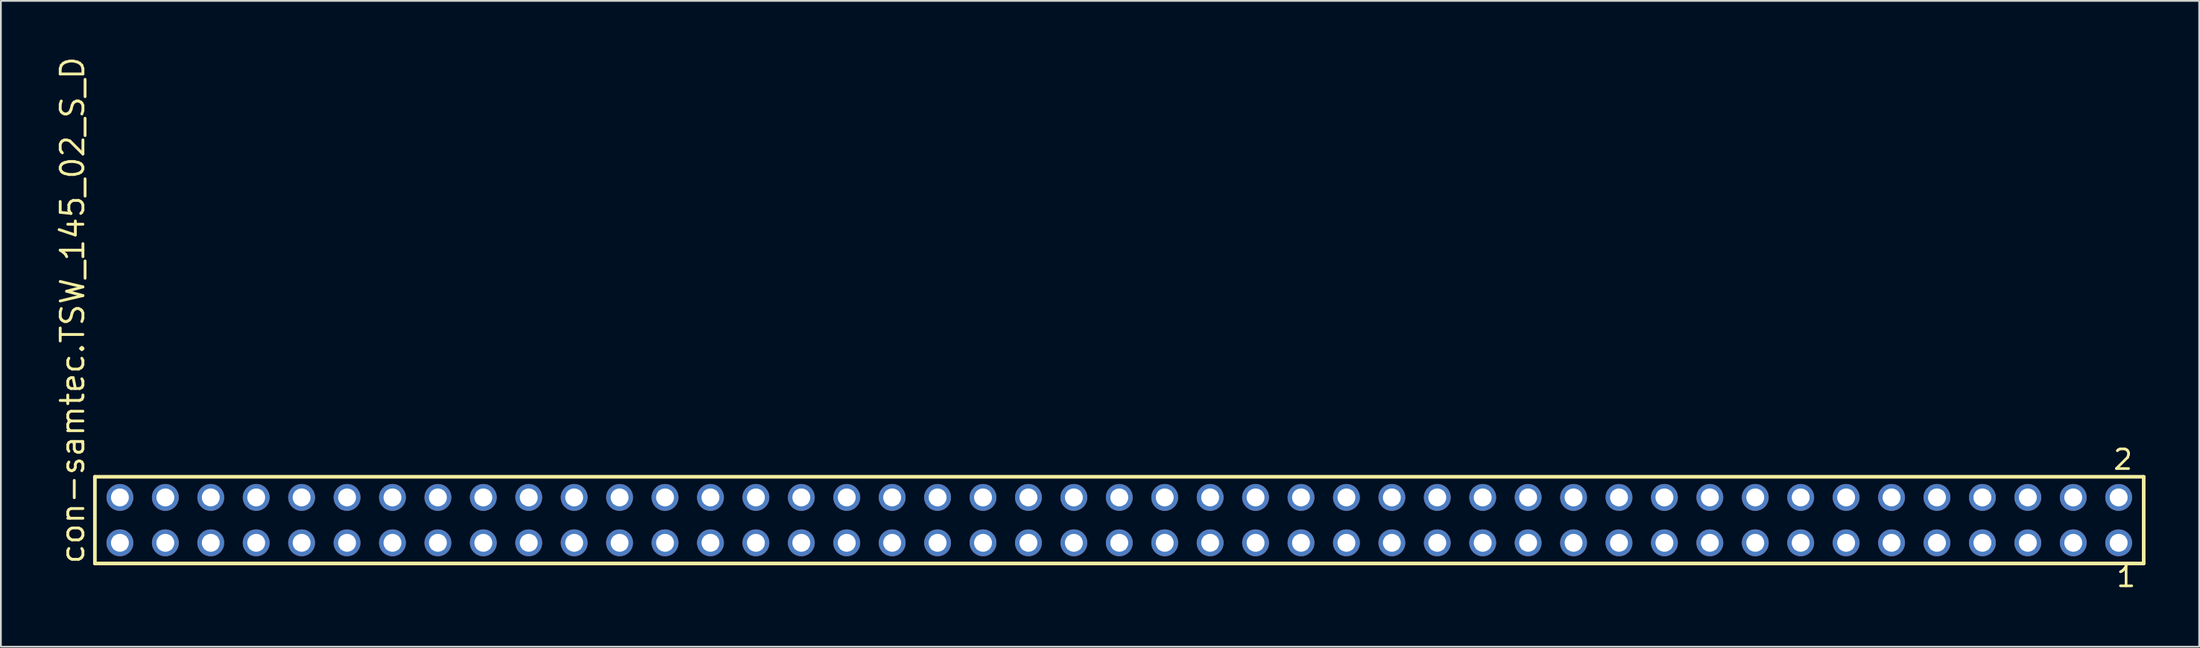
<source format=kicad_pcb>
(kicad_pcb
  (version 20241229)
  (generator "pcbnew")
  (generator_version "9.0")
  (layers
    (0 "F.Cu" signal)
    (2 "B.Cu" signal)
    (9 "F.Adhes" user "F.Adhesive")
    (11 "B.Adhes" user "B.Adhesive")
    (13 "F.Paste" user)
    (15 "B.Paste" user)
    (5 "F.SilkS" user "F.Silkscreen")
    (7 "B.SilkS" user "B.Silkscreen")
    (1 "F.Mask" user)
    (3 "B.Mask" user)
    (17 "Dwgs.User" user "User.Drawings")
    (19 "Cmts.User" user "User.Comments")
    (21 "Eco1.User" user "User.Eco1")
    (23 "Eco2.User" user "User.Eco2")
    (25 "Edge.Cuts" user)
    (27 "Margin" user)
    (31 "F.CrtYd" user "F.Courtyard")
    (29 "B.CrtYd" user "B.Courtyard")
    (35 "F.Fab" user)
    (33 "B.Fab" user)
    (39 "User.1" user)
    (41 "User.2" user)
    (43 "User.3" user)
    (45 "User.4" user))
  (footprint "con-samtec.TSW_145_02_S_D"
    (layer "F.Cu")
    (at 59.535 26.049)
    (property "Reference" "con-samtec.TSW_145_02_S_D" (at -57.785 2.54 90) (layer "F.SilkS") (effects (font (size 1.27 1.27) (thickness 0.16)) (justify left bottom)))
    (attr through_hole)
    (fp_line (start -57.279 -2.425) (end 57.279 -2.425) (stroke (width 0.203) (type default)) (layer "F.SilkS"))
    (fp_line (start -57.279 2.425) (end -57.279 -2.425) (stroke (width 0.203) (type default)) (layer "F.SilkS"))
    (fp_line (start 57.279 -2.425) (end 57.279 2.425) (stroke (width 0.203) (type default)) (layer "F.SilkS"))
    (fp_line (start 57.279 2.425) (end -57.279 2.425) (stroke (width 0.203) (type default)) (layer "F.SilkS"))
    (fp_rect (start -56.23 -0.92) (end -55.53 -1.62) (stroke (width 0.05) (type default)) (fill no) (layer "F.Fab"))
    (fp_rect (start -56.23 1.62) (end -55.53 0.92) (stroke (width 0.05) (type default)) (fill no) (layer "F.Fab"))
    (fp_rect (start -53.69 -0.92) (end -52.99 -1.62) (stroke (width 0.05) (type default)) (fill no) (layer "F.Fab"))
    (fp_rect (start -53.69 1.62) (end -52.99 0.92) (stroke (width 0.05) (type default)) (fill no) (layer "F.Fab"))
    (fp_rect (start -51.15 -0.92) (end -50.45 -1.62) (stroke (width 0.05) (type default)) (fill no) (layer "F.Fab"))
    (fp_rect (start -51.15 1.62) (end -50.45 0.92) (stroke (width 0.05) (type default)) (fill no) (layer "F.Fab"))
    (fp_rect (start -48.61 -0.92) (end -47.91 -1.62) (stroke (width 0.05) (type default)) (fill no) (layer "F.Fab"))
    (fp_rect (start -48.61 1.62) (end -47.91 0.92) (stroke (width 0.05) (type default)) (fill no) (layer "F.Fab"))
    (fp_rect (start -46.07 -0.92) (end -45.37 -1.62) (stroke (width 0.05) (type default)) (fill no) (layer "F.Fab"))
    (fp_rect (start -46.07 1.62) (end -45.37 0.92) (stroke (width 0.05) (type default)) (fill no) (layer "F.Fab"))
    (fp_rect (start -43.53 -0.92) (end -42.83 -1.62) (stroke (width 0.05) (type default)) (fill no) (layer "F.Fab"))
    (fp_rect (start -43.53 1.62) (end -42.83 0.92) (stroke (width 0.05) (type default)) (fill no) (layer "F.Fab"))
    (fp_rect (start -40.99 -0.92) (end -40.29 -1.62) (stroke (width 0.05) (type default)) (fill no) (layer "F.Fab"))
    (fp_rect (start -40.99 1.62) (end -40.29 0.92) (stroke (width 0.05) (type default)) (fill no) (layer "F.Fab"))
    (fp_rect (start -38.45 -0.92) (end -37.75 -1.62) (stroke (width 0.05) (type default)) (fill no) (layer "F.Fab"))
    (fp_rect (start -38.45 1.62) (end -37.75 0.92) (stroke (width 0.05) (type default)) (fill no) (layer "F.Fab"))
    (fp_rect (start -35.91 -0.92) (end -35.21 -1.62) (stroke (width 0.05) (type default)) (fill no) (layer "F.Fab"))
    (fp_rect (start -35.91 1.62) (end -35.21 0.92) (stroke (width 0.05) (type default)) (fill no) (layer "F.Fab"))
    (fp_rect (start -33.37 -0.92) (end -32.67 -1.62) (stroke (width 0.05) (type default)) (fill no) (layer "F.Fab"))
    (fp_rect (start -33.37 1.62) (end -32.67 0.92) (stroke (width 0.05) (type default)) (fill no) (layer "F.Fab"))
    (fp_rect (start -30.83 -0.92) (end -30.13 -1.62) (stroke (width 0.05) (type default)) (fill no) (layer "F.Fab"))
    (fp_rect (start -30.83 1.62) (end -30.13 0.92) (stroke (width 0.05) (type default)) (fill no) (layer "F.Fab"))
    (fp_rect (start -28.29 -0.92) (end -27.59 -1.62) (stroke (width 0.05) (type default)) (fill no) (layer "F.Fab"))
    (fp_rect (start -28.29 1.62) (end -27.59 0.92) (stroke (width 0.05) (type default)) (fill no) (layer "F.Fab"))
    (fp_rect (start -25.75 -0.92) (end -25.05 -1.62) (stroke (width 0.05) (type default)) (fill no) (layer "F.Fab"))
    (fp_rect (start -25.75 1.62) (end -25.05 0.92) (stroke (width 0.05) (type default)) (fill no) (layer "F.Fab"))
    (fp_rect (start -23.21 -0.92) (end -22.51 -1.62) (stroke (width 0.05) (type default)) (fill no) (layer "F.Fab"))
    (fp_rect (start -23.21 1.62) (end -22.51 0.92) (stroke (width 0.05) (type default)) (fill no) (layer "F.Fab"))
    (fp_rect (start -20.67 -0.92) (end -19.97 -1.62) (stroke (width 0.05) (type default)) (fill no) (layer "F.Fab"))
    (fp_rect (start -20.67 1.62) (end -19.97 0.92) (stroke (width 0.05) (type default)) (fill no) (layer "F.Fab"))
    (fp_rect (start -18.13 -0.92) (end -17.43 -1.62) (stroke (width 0.05) (type default)) (fill no) (layer "F.Fab"))
    (fp_rect (start -18.13 1.62) (end -17.43 0.92) (stroke (width 0.05) (type default)) (fill no) (layer "F.Fab"))
    (fp_rect (start -15.59 -0.92) (end -14.89 -1.62) (stroke (width 0.05) (type default)) (fill no) (layer "F.Fab"))
    (fp_rect (start -15.59 1.62) (end -14.89 0.92) (stroke (width 0.05) (type default)) (fill no) (layer "F.Fab"))
    (fp_rect (start -13.05 -0.92) (end -12.35 -1.62) (stroke (width 0.05) (type default)) (fill no) (layer "F.Fab"))
    (fp_rect (start -13.05 1.62) (end -12.35 0.92) (stroke (width 0.05) (type default)) (fill no) (layer "F.Fab"))
    (fp_rect (start -10.51 -0.92) (end -9.81 -1.62) (stroke (width 0.05) (type default)) (fill no) (layer "F.Fab"))
    (fp_rect (start -10.51 1.62) (end -9.81 0.92) (stroke (width 0.05) (type default)) (fill no) (layer "F.Fab"))
    (fp_rect (start -7.97 -0.92) (end -7.27 -1.62) (stroke (width 0.05) (type default)) (fill no) (layer "F.Fab"))
    (fp_rect (start -7.97 1.62) (end -7.27 0.92) (stroke (width 0.05) (type default)) (fill no) (layer "F.Fab"))
    (fp_rect (start -5.43 -0.92) (end -4.73 -1.62) (stroke (width 0.05) (type default)) (fill no) (layer "F.Fab"))
    (fp_rect (start -5.43 1.62) (end -4.73 0.92) (stroke (width 0.05) (type default)) (fill no) (layer "F.Fab"))
    (fp_rect (start -2.89 -0.92) (end -2.19 -1.62) (stroke (width 0.05) (type default)) (fill no) (layer "F.Fab"))
    (fp_rect (start -2.89 1.62) (end -2.19 0.92) (stroke (width 0.05) (type default)) (fill no) (layer "F.Fab"))
    (fp_rect (start -0.35 -0.92) (end 0.35 -1.62) (stroke (width 0.05) (type default)) (fill no) (layer "F.Fab"))
    (fp_rect (start -0.35 1.62) (end 0.35 0.92) (stroke (width 0.05) (type default)) (fill no) (layer "F.Fab"))
    (fp_rect (start 2.19 -0.92) (end 2.89 -1.62) (stroke (width 0.05) (type default)) (fill no) (layer "F.Fab"))
    (fp_rect (start 2.19 1.62) (end 2.89 0.92) (stroke (width 0.05) (type default)) (fill no) (layer "F.Fab"))
    (fp_rect (start 4.73 -0.92) (end 5.43 -1.62) (stroke (width 0.05) (type default)) (fill no) (layer "F.Fab"))
    (fp_rect (start 4.73 1.62) (end 5.43 0.92) (stroke (width 0.05) (type default)) (fill no) (layer "F.Fab"))
    (fp_rect (start 7.27 -0.92) (end 7.97 -1.62) (stroke (width 0.05) (type default)) (fill no) (layer "F.Fab"))
    (fp_rect (start 7.27 1.62) (end 7.97 0.92) (stroke (width 0.05) (type default)) (fill no) (layer "F.Fab"))
    (fp_rect (start 9.81 -0.92) (end 10.51 -1.62) (stroke (width 0.05) (type default)) (fill no) (layer "F.Fab"))
    (fp_rect (start 9.81 1.62) (end 10.51 0.92) (stroke (width 0.05) (type default)) (fill no) (layer "F.Fab"))
    (fp_rect (start 12.35 -0.92) (end 13.05 -1.62) (stroke (width 0.05) (type default)) (fill no) (layer "F.Fab"))
    (fp_rect (start 12.35 1.62) (end 13.05 0.92) (stroke (width 0.05) (type default)) (fill no) (layer "F.Fab"))
    (fp_rect (start 14.89 -0.92) (end 15.59 -1.62) (stroke (width 0.05) (type default)) (fill no) (layer "F.Fab"))
    (fp_rect (start 14.89 1.62) (end 15.59 0.92) (stroke (width 0.05) (type default)) (fill no) (layer "F.Fab"))
    (fp_rect (start 17.43 -0.92) (end 18.13 -1.62) (stroke (width 0.05) (type default)) (fill no) (layer "F.Fab"))
    (fp_rect (start 17.43 1.62) (end 18.13 0.92) (stroke (width 0.05) (type default)) (fill no) (layer "F.Fab"))
    (fp_rect (start 19.97 -0.92) (end 20.67 -1.62) (stroke (width 0.05) (type default)) (fill no) (layer "F.Fab"))
    (fp_rect (start 19.97 1.62) (end 20.67 0.92) (stroke (width 0.05) (type default)) (fill no) (layer "F.Fab"))
    (fp_rect (start 22.51 -0.92) (end 23.21 -1.62) (stroke (width 0.05) (type default)) (fill no) (layer "F.Fab"))
    (fp_rect (start 22.51 1.62) (end 23.21 0.92) (stroke (width 0.05) (type default)) (fill no) (layer "F.Fab"))
    (fp_rect (start 25.05 -0.92) (end 25.75 -1.62) (stroke (width 0.05) (type default)) (fill no) (layer "F.Fab"))
    (fp_rect (start 25.05 1.62) (end 25.75 0.92) (stroke (width 0.05) (type default)) (fill no) (layer "F.Fab"))
    (fp_rect (start 27.59 -0.92) (end 28.29 -1.62) (stroke (width 0.05) (type default)) (fill no) (layer "F.Fab"))
    (fp_rect (start 27.59 1.62) (end 28.29 0.92) (stroke (width 0.05) (type default)) (fill no) (layer "F.Fab"))
    (fp_rect (start 30.13 -0.92) (end 30.83 -1.62) (stroke (width 0.05) (type default)) (fill no) (layer "F.Fab"))
    (fp_rect (start 30.13 1.62) (end 30.83 0.92) (stroke (width 0.05) (type default)) (fill no) (layer "F.Fab"))
    (fp_rect (start 32.67 -0.92) (end 33.37 -1.62) (stroke (width 0.05) (type default)) (fill no) (layer "F.Fab"))
    (fp_rect (start 32.67 1.62) (end 33.37 0.92) (stroke (width 0.05) (type default)) (fill no) (layer "F.Fab"))
    (fp_rect (start 35.21 -0.92) (end 35.91 -1.62) (stroke (width 0.05) (type default)) (fill no) (layer "F.Fab"))
    (fp_rect (start 35.21 1.62) (end 35.91 0.92) (stroke (width 0.05) (type default)) (fill no) (layer "F.Fab"))
    (fp_rect (start 37.75 -0.92) (end 38.45 -1.62) (stroke (width 0.05) (type default)) (fill no) (layer "F.Fab"))
    (fp_rect (start 37.75 1.62) (end 38.45 0.92) (stroke (width 0.05) (type default)) (fill no) (layer "F.Fab"))
    (fp_rect (start 40.29 -0.92) (end 40.99 -1.62) (stroke (width 0.05) (type default)) (fill no) (layer "F.Fab"))
    (fp_rect (start 40.29 1.62) (end 40.99 0.92) (stroke (width 0.05) (type default)) (fill no) (layer "F.Fab"))
    (fp_rect (start 42.83 -0.92) (end 43.53 -1.62) (stroke (width 0.05) (type default)) (fill no) (layer "F.Fab"))
    (fp_rect (start 42.83 1.62) (end 43.53 0.92) (stroke (width 0.05) (type default)) (fill no) (layer "F.Fab"))
    (fp_rect (start 45.37 -0.92) (end 46.07 -1.62) (stroke (width 0.05) (type default)) (fill no) (layer "F.Fab"))
    (fp_rect (start 45.37 1.62) (end 46.07 0.92) (stroke (width 0.05) (type default)) (fill no) (layer "F.Fab"))
    (fp_rect (start 47.91 -0.92) (end 48.61 -1.62) (stroke (width 0.05) (type default)) (fill no) (layer "F.Fab"))
    (fp_rect (start 47.91 1.62) (end 48.61 0.92) (stroke (width 0.05) (type default)) (fill no) (layer "F.Fab"))
    (fp_rect (start 50.45 -0.92) (end 51.15 -1.62) (stroke (width 0.05) (type default)) (fill no) (layer "F.Fab"))
    (fp_rect (start 50.45 1.62) (end 51.15 0.92) (stroke (width 0.05) (type default)) (fill no) (layer "F.Fab"))
    (fp_rect (start 52.99 -0.92) (end 53.69 -1.62) (stroke (width 0.05) (type default)) (fill no) (layer "F.Fab"))
    (fp_rect (start 52.99 1.62) (end 53.69 0.92) (stroke (width 0.05) (type default)) (fill no) (layer "F.Fab"))
    (fp_rect (start 55.53 -0.92) (end 56.23 -1.62) (stroke (width 0.05) (type default)) (fill no) (layer "F.Fab"))
    (fp_rect (start 55.53 1.62) (end 56.23 0.92) (stroke (width 0.05) (type default)) (fill no) (layer "F.Fab"))
    (fp_text user "2" (at 55.497 -2.744 0) (layer "F.SilkS") (effects (font (size 1.1 1.1) (thickness 0.15)) (justify left bottom)))
    (fp_text user "1" (at 55.672 3.818 0) (layer "F.SilkS") (effects (font (size 1.1 1.1) (thickness 0.15)) (justify left bottom)))
    (pad "1" thru_hole circle (at 55.88 1.27 180) (size 1.5 1.5) (drill 1) (layers "*.Cu" "*.Mask"))
    (pad "2" thru_hole circle (at 55.88 -1.27 180) (size 1.5 1.5) (drill 1) (layers "*.Cu" "*.Mask"))
    (pad "3" thru_hole circle (at 53.34 1.27 180) (size 1.5 1.5) (drill 1) (layers "*.Cu" "*.Mask"))
    (pad "4" thru_hole circle (at 53.34 -1.27 180) (size 1.5 1.5) (drill 1) (layers "*.Cu" "*.Mask"))
    (pad "5" thru_hole circle (at 50.8 1.27 180) (size 1.5 1.5) (drill 1) (layers "*.Cu" "*.Mask"))
    (pad "6" thru_hole circle (at 50.8 -1.27 180) (size 1.5 1.5) (drill 1) (layers "*.Cu" "*.Mask"))
    (pad "7" thru_hole circle (at 48.26 1.27 180) (size 1.5 1.5) (drill 1) (layers "*.Cu" "*.Mask"))
    (pad "8" thru_hole circle (at 48.26 -1.27 180) (size 1.5 1.5) (drill 1) (layers "*.Cu" "*.Mask"))
    (pad "9" thru_hole circle (at 45.72 1.27 180) (size 1.5 1.5) (drill 1) (layers "*.Cu" "*.Mask"))
    (pad "10" thru_hole circle (at 45.72 -1.27 180) (size 1.5 1.5) (drill 1) (layers "*.Cu" "*.Mask"))
    (pad "11" thru_hole circle (at 43.18 1.27 180) (size 1.5 1.5) (drill 1) (layers "*.Cu" "*.Mask"))
    (pad "12" thru_hole circle (at 43.18 -1.27 180) (size 1.5 1.5) (drill 1) (layers "*.Cu" "*.Mask"))
    (pad "13" thru_hole circle (at 40.64 1.27 180) (size 1.5 1.5) (drill 1) (layers "*.Cu" "*.Mask"))
    (pad "14" thru_hole circle (at 40.64 -1.27 180) (size 1.5 1.5) (drill 1) (layers "*.Cu" "*.Mask"))
    (pad "15" thru_hole circle (at 38.1 1.27 180) (size 1.5 1.5) (drill 1) (layers "*.Cu" "*.Mask"))
    (pad "16" thru_hole circle (at 38.1 -1.27 180) (size 1.5 1.5) (drill 1) (layers "*.Cu" "*.Mask"))
    (pad "17" thru_hole circle (at 35.56 1.27 180) (size 1.5 1.5) (drill 1) (layers "*.Cu" "*.Mask"))
    (pad "18" thru_hole circle (at 35.56 -1.27 180) (size 1.5 1.5) (drill 1) (layers "*.Cu" "*.Mask"))
    (pad "19" thru_hole circle (at 33.02 1.27 180) (size 1.5 1.5) (drill 1) (layers "*.Cu" "*.Mask"))
    (pad "20" thru_hole circle (at 33.02 -1.27 180) (size 1.5 1.5) (drill 1) (layers "*.Cu" "*.Mask"))
    (pad "21" thru_hole circle (at 30.48 1.27 180) (size 1.5 1.5) (drill 1) (layers "*.Cu" "*.Mask"))
    (pad "22" thru_hole circle (at 30.48 -1.27 180) (size 1.5 1.5) (drill 1) (layers "*.Cu" "*.Mask"))
    (pad "23" thru_hole circle (at 27.94 1.27 180) (size 1.5 1.5) (drill 1) (layers "*.Cu" "*.Mask"))
    (pad "24" thru_hole circle (at 27.94 -1.27 180) (size 1.5 1.5) (drill 1) (layers "*.Cu" "*.Mask"))
    (pad "25" thru_hole circle (at 25.4 1.27 180) (size 1.5 1.5) (drill 1) (layers "*.Cu" "*.Mask"))
    (pad "26" thru_hole circle (at 25.4 -1.27 180) (size 1.5 1.5) (drill 1) (layers "*.Cu" "*.Mask"))
    (pad "27" thru_hole circle (at 22.86 1.27 180) (size 1.5 1.5) (drill 1) (layers "*.Cu" "*.Mask"))
    (pad "28" thru_hole circle (at 22.86 -1.27 180) (size 1.5 1.5) (drill 1) (layers "*.Cu" "*.Mask"))
    (pad "29" thru_hole circle (at 20.32 1.27 180) (size 1.5 1.5) (drill 1) (layers "*.Cu" "*.Mask"))
    (pad "30" thru_hole circle (at 20.32 -1.27 180) (size 1.5 1.5) (drill 1) (layers "*.Cu" "*.Mask"))
    (pad "31" thru_hole circle (at 17.78 1.27 180) (size 1.5 1.5) (drill 1) (layers "*.Cu" "*.Mask"))
    (pad "32" thru_hole circle (at 17.78 -1.27 180) (size 1.5 1.5) (drill 1) (layers "*.Cu" "*.Mask"))
    (pad "33" thru_hole circle (at 15.24 1.27 180) (size 1.5 1.5) (drill 1) (layers "*.Cu" "*.Mask"))
    (pad "34" thru_hole circle (at 15.24 -1.27 180) (size 1.5 1.5) (drill 1) (layers "*.Cu" "*.Mask"))
    (pad "35" thru_hole circle (at 12.7 1.27 180) (size 1.5 1.5) (drill 1) (layers "*.Cu" "*.Mask"))
    (pad "36" thru_hole circle (at 12.7 -1.27 180) (size 1.5 1.5) (drill 1) (layers "*.Cu" "*.Mask"))
    (pad "37" thru_hole circle (at 10.16 1.27 180) (size 1.5 1.5) (drill 1) (layers "*.Cu" "*.Mask"))
    (pad "38" thru_hole circle (at 10.16 -1.27 180) (size 1.5 1.5) (drill 1) (layers "*.Cu" "*.Mask"))
    (pad "39" thru_hole circle (at 7.62 1.27 180) (size 1.5 1.5) (drill 1) (layers "*.Cu" "*.Mask"))
    (pad "40" thru_hole circle (at 7.62 -1.27 180) (size 1.5 1.5) (drill 1) (layers "*.Cu" "*.Mask"))
    (pad "41" thru_hole circle (at 5.08 1.27 180) (size 1.5 1.5) (drill 1) (layers "*.Cu" "*.Mask"))
    (pad "42" thru_hole circle (at 5.08 -1.27 180) (size 1.5 1.5) (drill 1) (layers "*.Cu" "*.Mask"))
    (pad "43" thru_hole circle (at 2.54 1.27 180) (size 1.5 1.5) (drill 1) (layers "*.Cu" "*.Mask"))
    (pad "44" thru_hole circle (at 2.54 -1.27 180) (size 1.5 1.5) (drill 1) (layers "*.Cu" "*.Mask"))
    (pad "45" thru_hole circle (at 0 1.27 180) (size 1.5 1.5) (drill 1) (layers "*.Cu" "*.Mask"))
    (pad "46" thru_hole circle (at 0 -1.27 180) (size 1.5 1.5) (drill 1) (layers "*.Cu" "*.Mask"))
    (pad "47" thru_hole circle (at -2.54 1.27 180) (size 1.5 1.5) (drill 1) (layers "*.Cu" "*.Mask"))
    (pad "48" thru_hole circle (at -2.54 -1.27 180) (size 1.5 1.5) (drill 1) (layers "*.Cu" "*.Mask"))
    (pad "49" thru_hole circle (at -5.08 1.27 180) (size 1.5 1.5) (drill 1) (layers "*.Cu" "*.Mask"))
    (pad "50" thru_hole circle (at -5.08 -1.27 180) (size 1.5 1.5) (drill 1) (layers "*.Cu" "*.Mask"))
    (pad "51" thru_hole circle (at -7.62 1.27 180) (size 1.5 1.5) (drill 1) (layers "*.Cu" "*.Mask"))
    (pad "52" thru_hole circle (at -7.62 -1.27 180) (size 1.5 1.5) (drill 1) (layers "*.Cu" "*.Mask"))
    (pad "53" thru_hole circle (at -10.16 1.27 180) (size 1.5 1.5) (drill 1) (layers "*.Cu" "*.Mask"))
    (pad "54" thru_hole circle (at -10.16 -1.27 180) (size 1.5 1.5) (drill 1) (layers "*.Cu" "*.Mask"))
    (pad "55" thru_hole circle (at -12.7 1.27 180) (size 1.5 1.5) (drill 1) (layers "*.Cu" "*.Mask"))
    (pad "56" thru_hole circle (at -12.7 -1.27 180) (size 1.5 1.5) (drill 1) (layers "*.Cu" "*.Mask"))
    (pad "57" thru_hole circle (at -15.24 1.27 180) (size 1.5 1.5) (drill 1) (layers "*.Cu" "*.Mask"))
    (pad "58" thru_hole circle (at -15.24 -1.27 180) (size 1.5 1.5) (drill 1) (layers "*.Cu" "*.Mask"))
    (pad "59" thru_hole circle (at -17.78 1.27 180) (size 1.5 1.5) (drill 1) (layers "*.Cu" "*.Mask"))
    (pad "60" thru_hole circle (at -17.78 -1.27 180) (size 1.5 1.5) (drill 1) (layers "*.Cu" "*.Mask"))
    (pad "61" thru_hole circle (at -20.32 1.27 180) (size 1.5 1.5) (drill 1) (layers "*.Cu" "*.Mask"))
    (pad "62" thru_hole circle (at -20.32 -1.27 180) (size 1.5 1.5) (drill 1) (layers "*.Cu" "*.Mask"))
    (pad "63" thru_hole circle (at -22.86 1.27 180) (size 1.5 1.5) (drill 1) (layers "*.Cu" "*.Mask"))
    (pad "64" thru_hole circle (at -22.86 -1.27 180) (size 1.5 1.5) (drill 1) (layers "*.Cu" "*.Mask"))
    (pad "65" thru_hole circle (at -25.4 1.27 180) (size 1.5 1.5) (drill 1) (layers "*.Cu" "*.Mask"))
    (pad "66" thru_hole circle (at -25.4 -1.27 180) (size 1.5 1.5) (drill 1) (layers "*.Cu" "*.Mask"))
    (pad "67" thru_hole circle (at -27.94 1.27 180) (size 1.5 1.5) (drill 1) (layers "*.Cu" "*.Mask"))
    (pad "68" thru_hole circle (at -27.94 -1.27 180) (size 1.5 1.5) (drill 1) (layers "*.Cu" "*.Mask"))
    (pad "69" thru_hole circle (at -30.48 1.27 180) (size 1.5 1.5) (drill 1) (layers "*.Cu" "*.Mask"))
    (pad "70" thru_hole circle (at -30.48 -1.27 180) (size 1.5 1.5) (drill 1) (layers "*.Cu" "*.Mask"))
    (pad "71" thru_hole circle (at -33.02 1.27 180) (size 1.5 1.5) (drill 1) (layers "*.Cu" "*.Mask"))
    (pad "72" thru_hole circle (at -33.02 -1.27 180) (size 1.5 1.5) (drill 1) (layers "*.Cu" "*.Mask"))
    (pad "73" thru_hole circle (at -35.56 1.27 180) (size 1.5 1.5) (drill 1) (layers "*.Cu" "*.Mask"))
    (pad "74" thru_hole circle (at -35.56 -1.27 180) (size 1.5 1.5) (drill 1) (layers "*.Cu" "*.Mask"))
    (pad "75" thru_hole circle (at -38.1 1.27 180) (size 1.5 1.5) (drill 1) (layers "*.Cu" "*.Mask"))
    (pad "76" thru_hole circle (at -38.1 -1.27 180) (size 1.5 1.5) (drill 1) (layers "*.Cu" "*.Mask"))
    (pad "77" thru_hole circle (at -40.64 1.27 180) (size 1.5 1.5) (drill 1) (layers "*.Cu" "*.Mask"))
    (pad "78" thru_hole circle (at -40.64 -1.27 180) (size 1.5 1.5) (drill 1) (layers "*.Cu" "*.Mask"))
    (pad "79" thru_hole circle (at -43.18 1.27 180) (size 1.5 1.5) (drill 1) (layers "*.Cu" "*.Mask"))
    (pad "80" thru_hole circle (at -43.18 -1.27 180) (size 1.5 1.5) (drill 1) (layers "*.Cu" "*.Mask"))
    (pad "81" thru_hole circle (at -45.72 1.27 180) (size 1.5 1.5) (drill 1) (layers "*.Cu" "*.Mask"))
    (pad "82" thru_hole circle (at -45.72 -1.27 180) (size 1.5 1.5) (drill 1) (layers "*.Cu" "*.Mask"))
    (pad "83" thru_hole circle (at -48.26 1.27 180) (size 1.5 1.5) (drill 1) (layers "*.Cu" "*.Mask"))
    (pad "84" thru_hole circle (at -48.26 -1.27 180) (size 1.5 1.5) (drill 1) (layers "*.Cu" "*.Mask"))
    (pad "85" thru_hole circle (at -50.8 1.27 180) (size 1.5 1.5) (drill 1) (layers "*.Cu" "*.Mask"))
    (pad "86" thru_hole circle (at -50.8 -1.27 180) (size 1.5 1.5) (drill 1) (layers "*.Cu" "*.Mask"))
    (pad "87" thru_hole circle (at -53.34 1.27 180) (size 1.5 1.5) (drill 1) (layers "*.Cu" "*.Mask"))
    (pad "88" thru_hole circle (at -53.34 -1.27 180) (size 1.5 1.5) (drill 1) (layers "*.Cu" "*.Mask"))
    (pad "89" thru_hole circle (at -55.88 1.27 180) (size 1.5 1.5) (drill 1) (layers "*.Cu" "*.Mask"))
    (pad "90" thru_hole circle (at -55.88 -1.27 180) (size 1.5 1.5) (drill 1) (layers "*.Cu" "*.Mask")))
  (gr_rect
    (start -3 -3)
    (end 119.916 33.131)
    (stroke (width 0.1) (type default))
    (fill no)
    (layer "Edge.Cuts")))
</source>
